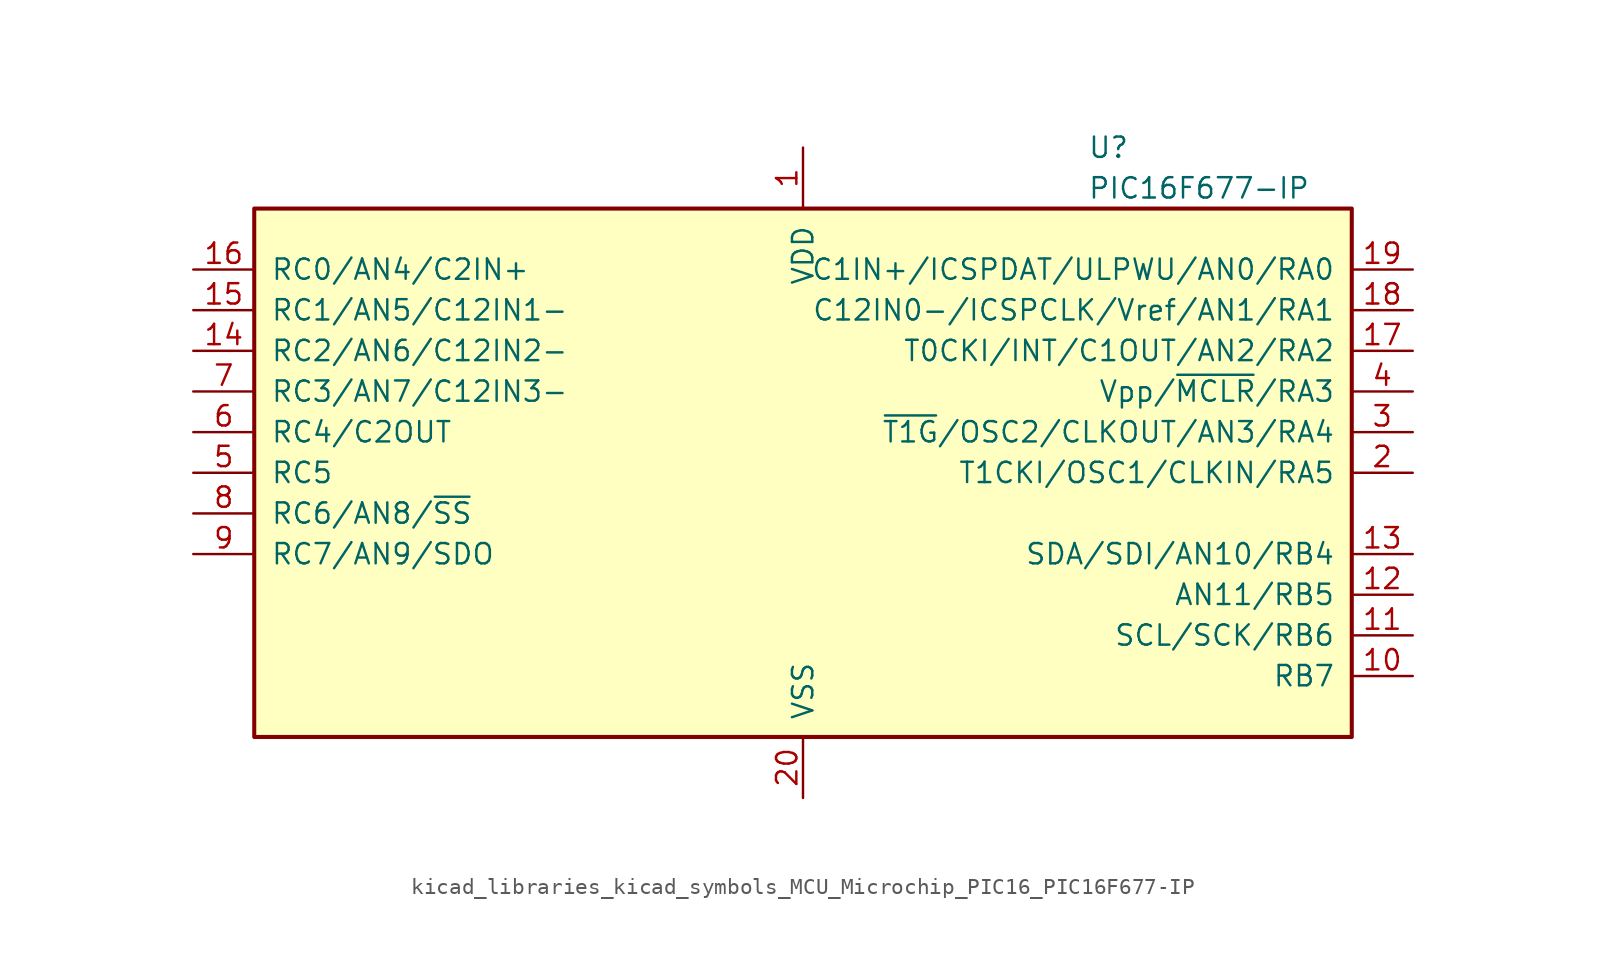
<source format=kicad_sym>
(kicad_symbol_lib
  (version 20220914)
  (generator kicad_symbol_editor)
  (symbol "kicad_libraries_kicad_symbols_MCU_Microchip_PIC16_PIC16F677-IP"
    (pin_names
      (offset 1.016))
    (property "Reference" "U"
      (at 17.78 20.32 0)
      (effects (font (size 1.27 1.27)) (justify left)))
    (property "Value" "PIC16F677-IP"
      (at 17.78 17.78 0)
      (effects (font (size 1.27 1.27)) (justify left)))
    (symbol "kicad_libraries_kicad_symbols_MCU_Microchip_PIC16_PIC16F677-IP_0_1"
      (rectangle (start -34.29 16.51) (end 34.29 -16.51) (stroke (width 0.254) (type default)) (fill (type background))))
    (symbol "kicad_libraries_kicad_symbols_MCU_Microchip_PIC16_PIC16F677-IP_1_1"
      (pin power_in line (at 0 20.32 270) (length 3.81) (name "VDD" (effects (font (size 1.27 1.27)))) (number "1" (effects (font (size 1.27 1.27)))))
      (pin bidirectional line (at 38.1 -12.7 180) (length 3.81) (name "RB7" (effects (font (size 1.27 1.27)))) (number "10" (effects (font (size 1.27 1.27)))))
      (pin bidirectional line (at 38.1 -10.16 180) (length 3.81) (name "SCL/SCK/RB6" (effects (font (size 1.27 1.27)))) (number "11" (effects (font (size 1.27 1.27)))))
      (pin bidirectional line (at 38.1 -7.62 180) (length 3.81) (name "AN11/RB5" (effects (font (size 1.27 1.27)))) (number "12" (effects (font (size 1.27 1.27)))))
      (pin bidirectional line (at 38.1 -5.08 180) (length 3.81) (name "SDA/SDI/AN10/RB4" (effects (font (size 1.27 1.27)))) (number "13" (effects (font (size 1.27 1.27)))))
      (pin bidirectional line (at -38.1 7.62 0) (length 3.81) (name "RC2/AN6/C12IN2-" (effects (font (size 1.27 1.27)))) (number "14" (effects (font (size 1.27 1.27)))))
      (pin bidirectional line (at -38.1 10.16 0) (length 3.81) (name "RC1/AN5/C12IN1-" (effects (font (size 1.27 1.27)))) (number "15" (effects (font (size 1.27 1.27)))))
      (pin bidirectional line (at -38.1 12.7 0) (length 3.81) (name "RC0/AN4/C2IN+" (effects (font (size 1.27 1.27)))) (number "16" (effects (font (size 1.27 1.27)))))
      (pin bidirectional line (at 38.1 7.62 180) (length 3.81) (name "T0CKI/INT/C1OUT/AN2/RA2" (effects (font (size 1.27 1.27)))) (number "17" (effects (font (size 1.27 1.27)))))
      (pin bidirectional line (at 38.1 10.16 180) (length 3.81) (name "C12IN0-/ICSPCLK/Vref/AN1/RA1" (effects (font (size 1.27 1.27)))) (number "18" (effects (font (size 1.27 1.27)))))
      (pin bidirectional line (at 38.1 12.7 180) (length 3.81) (name "C1IN+/ICSPDAT/ULPWU/AN0/RA0" (effects (font (size 1.27 1.27)))) (number "19" (effects (font (size 1.27 1.27)))))
      (pin bidirectional line (at 38.1 0 180) (length 3.81) (name "T1CKI/OSC1/CLKIN/RA5" (effects (font (size 1.27 1.27)))) (number "2" (effects (font (size 1.27 1.27)))))
      (pin power_in line (at 0 -20.32 90) (length 3.81) (name "VSS" (effects (font (size 1.27 1.27)))) (number "20" (effects (font (size 1.27 1.27)))))
      (pin bidirectional line (at 38.1 2.54 180) (length 3.81) (name "~{T1G}/OSC2/CLKOUT/AN3/RA4" (effects (font (size 1.27 1.27)))) (number "3" (effects (font (size 1.27 1.27)))))
      (pin input line (at 38.1 5.08 180) (length 3.81) (name "Vpp/~{MCLR}/RA3" (effects (font (size 1.27 1.27)))) (number "4" (effects (font (size 1.27 1.27)))))
      (pin bidirectional line (at -38.1 0 0) (length 3.81) (name "RC5" (effects (font (size 1.27 1.27)))) (number "5" (effects (font (size 1.27 1.27)))))
      (pin bidirectional line (at -38.1 2.54 0) (length 3.81) (name "RC4/C2OUT" (effects (font (size 1.27 1.27)))) (number "6" (effects (font (size 1.27 1.27)))))
      (pin bidirectional line (at -38.1 5.08 0) (length 3.81) (name "RC3/AN7/C12IN3-" (effects (font (size 1.27 1.27)))) (number "7" (effects (font (size 1.27 1.27)))))
      (pin bidirectional line (at -38.1 -2.54 0) (length 3.81) (name "RC6/AN8/~{SS}" (effects (font (size 1.27 1.27)))) (number "8" (effects (font (size 1.27 1.27)))))
      (pin bidirectional line (at -38.1 -5.08 0) (length 3.81) (name "RC7/AN9/SDO" (effects (font (size 1.27 1.27)))) (number "9" (effects (font (size 1.27 1.27))))))))
</source>
